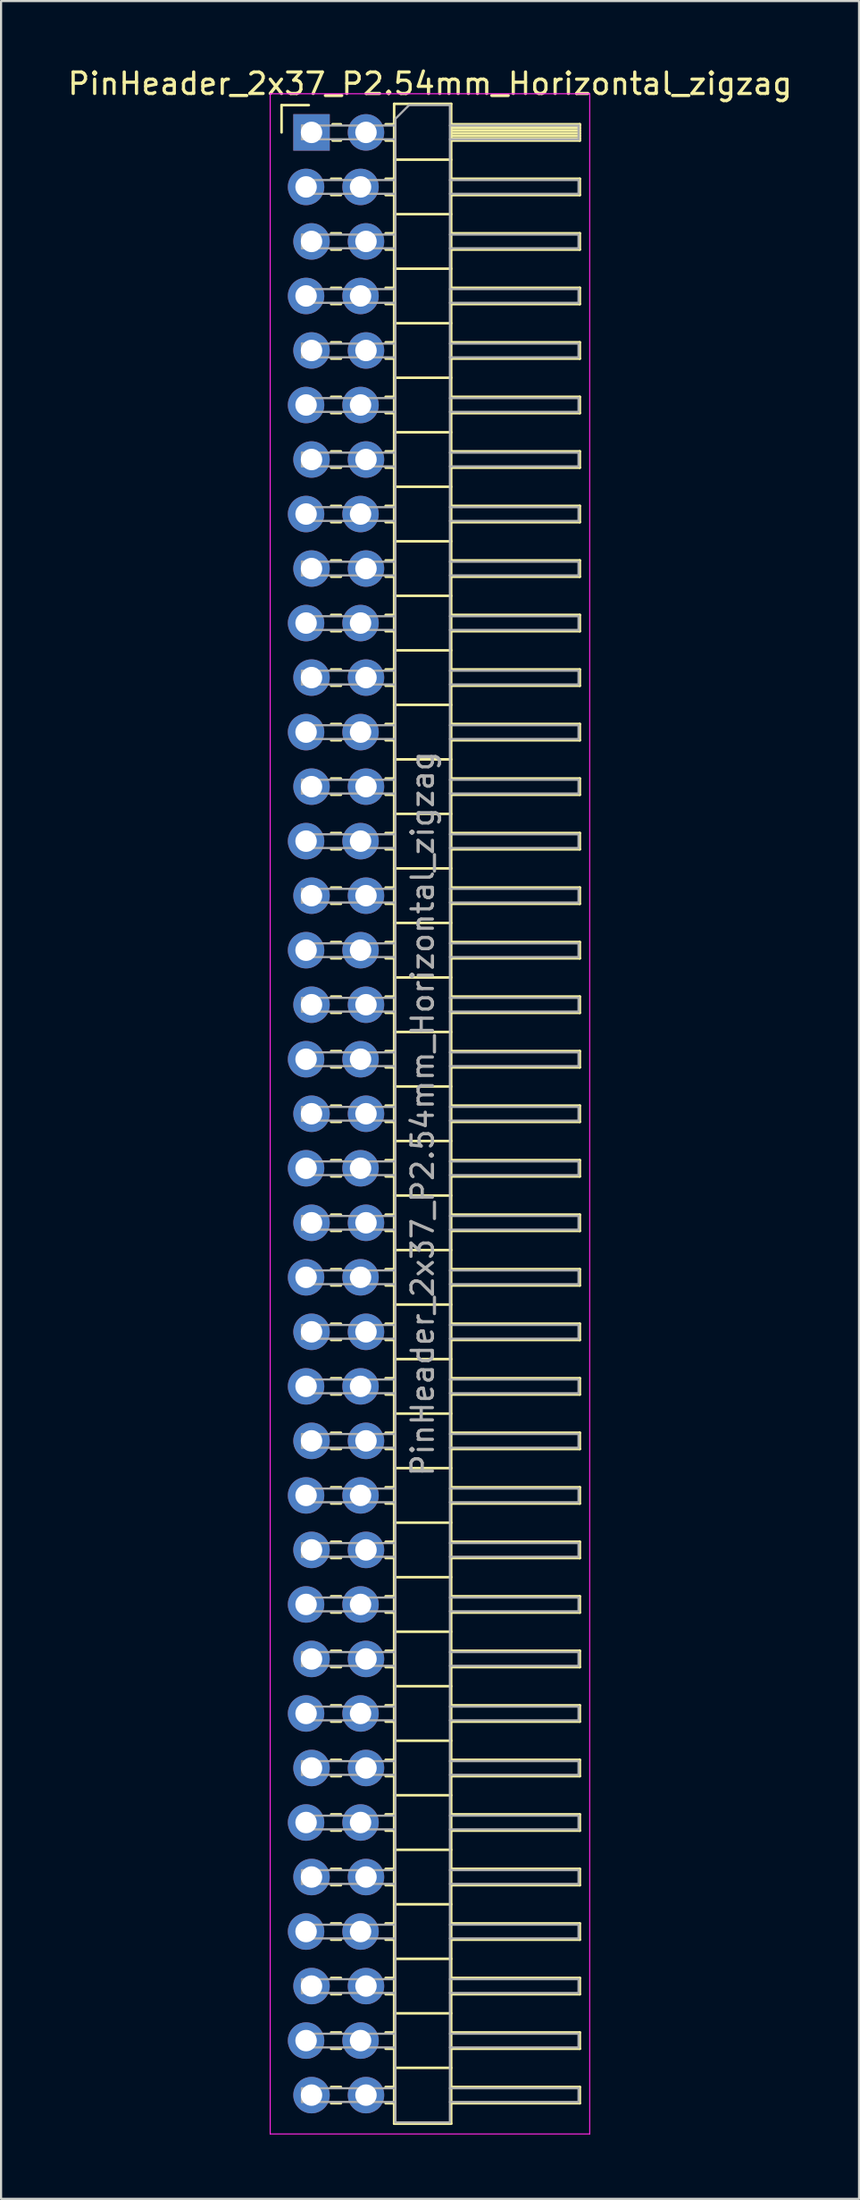
<source format=kicad_pcb>
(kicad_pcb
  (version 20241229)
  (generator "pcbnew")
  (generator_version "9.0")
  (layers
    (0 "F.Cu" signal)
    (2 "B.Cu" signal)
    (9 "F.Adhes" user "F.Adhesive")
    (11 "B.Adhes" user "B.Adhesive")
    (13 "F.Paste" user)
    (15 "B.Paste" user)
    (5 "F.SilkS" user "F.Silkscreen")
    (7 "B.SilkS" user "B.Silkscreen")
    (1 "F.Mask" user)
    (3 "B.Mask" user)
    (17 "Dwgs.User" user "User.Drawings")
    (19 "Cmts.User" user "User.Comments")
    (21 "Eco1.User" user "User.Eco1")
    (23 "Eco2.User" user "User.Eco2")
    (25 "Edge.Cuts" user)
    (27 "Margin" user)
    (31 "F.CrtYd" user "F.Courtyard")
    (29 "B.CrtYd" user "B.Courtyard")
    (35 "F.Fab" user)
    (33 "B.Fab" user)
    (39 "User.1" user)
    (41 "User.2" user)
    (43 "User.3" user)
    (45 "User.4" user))
  (footprint "PinHeader_2x37_P2.54mm_Horizontal_zigzag"
    (layer "F.Cu")
    (at 11.351 3.118)
    (property "Reference" "PinHeader_2x37_P2.54mm_Horizontal_zigzag" (at 5.655 -2.27 0) (layer "F.SilkS") (effects (font (size 1 1) (thickness 0.15))))
    (attr through_hole)
    (fp_line (start -1.27 -1.27) (end 0 -1.27) (stroke (width 0.12) (type solid)) (layer "F.SilkS"))
    (fp_line (start -1.27 0) (end -1.27 -1.27) (stroke (width 0.12) (type solid)) (layer "F.SilkS"))
    (fp_line (start 1.043 2.16) (end 1.497 2.16) (stroke (width 0.12) (type solid)) (layer "F.SilkS"))
    (fp_line (start 1.043 2.92) (end 1.497 2.92) (stroke (width 0.12) (type solid)) (layer "F.SilkS"))
    (fp_line (start 1.043 4.7) (end 1.497 4.7) (stroke (width 0.12) (type solid)) (layer "F.SilkS"))
    (fp_line (start 1.043 5.46) (end 1.497 5.46) (stroke (width 0.12) (type solid)) (layer "F.SilkS"))
    (fp_line (start 1.043 7.24) (end 1.497 7.24) (stroke (width 0.12) (type solid)) (layer "F.SilkS"))
    (fp_line (start 1.043 8) (end 1.497 8) (stroke (width 0.12) (type solid)) (layer "F.SilkS"))
    (fp_line (start 1.043 9.78) (end 1.497 9.78) (stroke (width 0.12) (type solid)) (layer "F.SilkS"))
    (fp_line (start 1.043 10.54) (end 1.497 10.54) (stroke (width 0.12) (type solid)) (layer "F.SilkS"))
    (fp_line (start 1.043 12.32) (end 1.497 12.32) (stroke (width 0.12) (type solid)) (layer "F.SilkS"))
    (fp_line (start 1.043 13.08) (end 1.497 13.08) (stroke (width 0.12) (type solid)) (layer "F.SilkS"))
    (fp_line (start 1.043 14.86) (end 1.497 14.86) (stroke (width 0.12) (type solid)) (layer "F.SilkS"))
    (fp_line (start 1.043 15.62) (end 1.497 15.62) (stroke (width 0.12) (type solid)) (layer "F.SilkS"))
    (fp_line (start 1.043 17.4) (end 1.497 17.4) (stroke (width 0.12) (type solid)) (layer "F.SilkS"))
    (fp_line (start 1.043 18.16) (end 1.497 18.16) (stroke (width 0.12) (type solid)) (layer "F.SilkS"))
    (fp_line (start 1.043 19.94) (end 1.497 19.94) (stroke (width 0.12) (type solid)) (layer "F.SilkS"))
    (fp_line (start 1.043 20.7) (end 1.497 20.7) (stroke (width 0.12) (type solid)) (layer "F.SilkS"))
    (fp_line (start 1.043 22.48) (end 1.497 22.48) (stroke (width 0.12) (type solid)) (layer "F.SilkS"))
    (fp_line (start 1.043 23.24) (end 1.497 23.24) (stroke (width 0.12) (type solid)) (layer "F.SilkS"))
    (fp_line (start 1.043 25.02) (end 1.497 25.02) (stroke (width 0.12) (type solid)) (layer "F.SilkS"))
    (fp_line (start 1.043 25.78) (end 1.497 25.78) (stroke (width 0.12) (type solid)) (layer "F.SilkS"))
    (fp_line (start 1.043 27.56) (end 1.497 27.56) (stroke (width 0.12) (type solid)) (layer "F.SilkS"))
    (fp_line (start 1.043 28.32) (end 1.497 28.32) (stroke (width 0.12) (type solid)) (layer "F.SilkS"))
    (fp_line (start 1.043 30.1) (end 1.497 30.1) (stroke (width 0.12) (type solid)) (layer "F.SilkS"))
    (fp_line (start 1.043 30.86) (end 1.497 30.86) (stroke (width 0.12) (type solid)) (layer "F.SilkS"))
    (fp_line (start 1.043 32.64) (end 1.497 32.64) (stroke (width 0.12) (type solid)) (layer "F.SilkS"))
    (fp_line (start 1.043 33.4) (end 1.497 33.4) (stroke (width 0.12) (type solid)) (layer "F.SilkS"))
    (fp_line (start 1.043 35.18) (end 1.497 35.18) (stroke (width 0.12) (type solid)) (layer "F.SilkS"))
    (fp_line (start 1.043 35.94) (end 1.497 35.94) (stroke (width 0.12) (type solid)) (layer "F.SilkS"))
    (fp_line (start 1.043 37.72) (end 1.497 37.72) (stroke (width 0.12) (type solid)) (layer "F.SilkS"))
    (fp_line (start 1.043 38.48) (end 1.497 38.48) (stroke (width 0.12) (type solid)) (layer "F.SilkS"))
    (fp_line (start 1.043 40.26) (end 1.497 40.26) (stroke (width 0.12) (type solid)) (layer "F.SilkS"))
    (fp_line (start 1.043 41.02) (end 1.497 41.02) (stroke (width 0.12) (type solid)) (layer "F.SilkS"))
    (fp_line (start 1.043 42.8) (end 1.497 42.8) (stroke (width 0.12) (type solid)) (layer "F.SilkS"))
    (fp_line (start 1.043 43.56) (end 1.497 43.56) (stroke (width 0.12) (type solid)) (layer "F.SilkS"))
    (fp_line (start 1.043 45.34) (end 1.497 45.34) (stroke (width 0.12) (type solid)) (layer "F.SilkS"))
    (fp_line (start 1.043 46.1) (end 1.497 46.1) (stroke (width 0.12) (type solid)) (layer "F.SilkS"))
    (fp_line (start 1.043 47.88) (end 1.497 47.88) (stroke (width 0.12) (type solid)) (layer "F.SilkS"))
    (fp_line (start 1.043 48.64) (end 1.497 48.64) (stroke (width 0.12) (type solid)) (layer "F.SilkS"))
    (fp_line (start 1.043 50.42) (end 1.497 50.42) (stroke (width 0.12) (type solid)) (layer "F.SilkS"))
    (fp_line (start 1.043 51.18) (end 1.497 51.18) (stroke (width 0.12) (type solid)) (layer "F.SilkS"))
    (fp_line (start 1.043 52.96) (end 1.497 52.96) (stroke (width 0.12) (type solid)) (layer "F.SilkS"))
    (fp_line (start 1.043 53.72) (end 1.497 53.72) (stroke (width 0.12) (type solid)) (layer "F.SilkS"))
    (fp_line (start 1.043 55.5) (end 1.497 55.5) (stroke (width 0.12) (type solid)) (layer "F.SilkS"))
    (fp_line (start 1.043 56.26) (end 1.497 56.26) (stroke (width 0.12) (type solid)) (layer "F.SilkS"))
    (fp_line (start 1.043 58.04) (end 1.497 58.04) (stroke (width 0.12) (type solid)) (layer "F.SilkS"))
    (fp_line (start 1.043 58.8) (end 1.497 58.8) (stroke (width 0.12) (type solid)) (layer "F.SilkS"))
    (fp_line (start 1.043 60.58) (end 1.497 60.58) (stroke (width 0.12) (type solid)) (layer "F.SilkS"))
    (fp_line (start 1.043 61.34) (end 1.497 61.34) (stroke (width 0.12) (type solid)) (layer "F.SilkS"))
    (fp_line (start 1.043 63.12) (end 1.497 63.12) (stroke (width 0.12) (type solid)) (layer "F.SilkS"))
    (fp_line (start 1.043 63.88) (end 1.497 63.88) (stroke (width 0.12) (type solid)) (layer "F.SilkS"))
    (fp_line (start 1.043 65.66) (end 1.497 65.66) (stroke (width 0.12) (type solid)) (layer "F.SilkS"))
    (fp_line (start 1.043 66.42) (end 1.497 66.42) (stroke (width 0.12) (type solid)) (layer "F.SilkS"))
    (fp_line (start 1.043 68.2) (end 1.497 68.2) (stroke (width 0.12) (type solid)) (layer "F.SilkS"))
    (fp_line (start 1.043 68.96) (end 1.497 68.96) (stroke (width 0.12) (type solid)) (layer "F.SilkS"))
    (fp_line (start 1.043 70.74) (end 1.497 70.74) (stroke (width 0.12) (type solid)) (layer "F.SilkS"))
    (fp_line (start 1.043 71.5) (end 1.497 71.5) (stroke (width 0.12) (type solid)) (layer "F.SilkS"))
    (fp_line (start 1.043 73.28) (end 1.497 73.28) (stroke (width 0.12) (type solid)) (layer "F.SilkS"))
    (fp_line (start 1.043 74.04) (end 1.497 74.04) (stroke (width 0.12) (type solid)) (layer "F.SilkS"))
    (fp_line (start 1.043 75.82) (end 1.497 75.82) (stroke (width 0.12) (type solid)) (layer "F.SilkS"))
    (fp_line (start 1.043 76.58) (end 1.497 76.58) (stroke (width 0.12) (type solid)) (layer "F.SilkS"))
    (fp_line (start 1.043 78.36) (end 1.497 78.36) (stroke (width 0.12) (type solid)) (layer "F.SilkS"))
    (fp_line (start 1.043 79.12) (end 1.497 79.12) (stroke (width 0.12) (type solid)) (layer "F.SilkS"))
    (fp_line (start 1.043 80.9) (end 1.497 80.9) (stroke (width 0.12) (type solid)) (layer "F.SilkS"))
    (fp_line (start 1.043 81.66) (end 1.497 81.66) (stroke (width 0.12) (type solid)) (layer "F.SilkS"))
    (fp_line (start 1.043 83.44) (end 1.497 83.44) (stroke (width 0.12) (type solid)) (layer "F.SilkS"))
    (fp_line (start 1.043 84.2) (end 1.497 84.2) (stroke (width 0.12) (type solid)) (layer "F.SilkS"))
    (fp_line (start 1.043 85.98) (end 1.497 85.98) (stroke (width 0.12) (type solid)) (layer "F.SilkS"))
    (fp_line (start 1.043 86.74) (end 1.497 86.74) (stroke (width 0.12) (type solid)) (layer "F.SilkS"))
    (fp_line (start 1.043 88.52) (end 1.497 88.52) (stroke (width 0.12) (type solid)) (layer "F.SilkS"))
    (fp_line (start 1.043 89.28) (end 1.497 89.28) (stroke (width 0.12) (type solid)) (layer "F.SilkS"))
    (fp_line (start 1.043 91.06) (end 1.497 91.06) (stroke (width 0.12) (type solid)) (layer "F.SilkS"))
    (fp_line (start 1.043 91.82) (end 1.497 91.82) (stroke (width 0.12) (type solid)) (layer "F.SilkS"))
    (fp_line (start 1.11 -0.38) (end 1.497 -0.38) (stroke (width 0.12) (type solid)) (layer "F.SilkS"))
    (fp_line (start 1.11 0.38) (end 1.497 0.38) (stroke (width 0.12) (type solid)) (layer "F.SilkS"))
    (fp_line (start 3.583 -0.38) (end 3.98 -0.38) (stroke (width 0.12) (type solid)) (layer "F.SilkS"))
    (fp_line (start 3.583 0.38) (end 3.98 0.38) (stroke (width 0.12) (type solid)) (layer "F.SilkS"))
    (fp_line (start 3.583 2.16) (end 3.98 2.16) (stroke (width 0.12) (type solid)) (layer "F.SilkS"))
    (fp_line (start 3.583 2.92) (end 3.98 2.92) (stroke (width 0.12) (type solid)) (layer "F.SilkS"))
    (fp_line (start 3.583 4.7) (end 3.98 4.7) (stroke (width 0.12) (type solid)) (layer "F.SilkS"))
    (fp_line (start 3.583 5.46) (end 3.98 5.46) (stroke (width 0.12) (type solid)) (layer "F.SilkS"))
    (fp_line (start 3.583 7.24) (end 3.98 7.24) (stroke (width 0.12) (type solid)) (layer "F.SilkS"))
    (fp_line (start 3.583 8) (end 3.98 8) (stroke (width 0.12) (type solid)) (layer "F.SilkS"))
    (fp_line (start 3.583 9.78) (end 3.98 9.78) (stroke (width 0.12) (type solid)) (layer "F.SilkS"))
    (fp_line (start 3.583 10.54) (end 3.98 10.54) (stroke (width 0.12) (type solid)) (layer "F.SilkS"))
    (fp_line (start 3.583 12.32) (end 3.98 12.32) (stroke (width 0.12) (type solid)) (layer "F.SilkS"))
    (fp_line (start 3.583 13.08) (end 3.98 13.08) (stroke (width 0.12) (type solid)) (layer "F.SilkS"))
    (fp_line (start 3.583 14.86) (end 3.98 14.86) (stroke (width 0.12) (type solid)) (layer "F.SilkS"))
    (fp_line (start 3.583 15.62) (end 3.98 15.62) (stroke (width 0.12) (type solid)) (layer "F.SilkS"))
    (fp_line (start 3.583 17.4) (end 3.98 17.4) (stroke (width 0.12) (type solid)) (layer "F.SilkS"))
    (fp_line (start 3.583 18.16) (end 3.98 18.16) (stroke (width 0.12) (type solid)) (layer "F.SilkS"))
    (fp_line (start 3.583 19.94) (end 3.98 19.94) (stroke (width 0.12) (type solid)) (layer "F.SilkS"))
    (fp_line (start 3.583 20.7) (end 3.98 20.7) (stroke (width 0.12) (type solid)) (layer "F.SilkS"))
    (fp_line (start 3.583 22.48) (end 3.98 22.48) (stroke (width 0.12) (type solid)) (layer "F.SilkS"))
    (fp_line (start 3.583 23.24) (end 3.98 23.24) (stroke (width 0.12) (type solid)) (layer "F.SilkS"))
    (fp_line (start 3.583 25.02) (end 3.98 25.02) (stroke (width 0.12) (type solid)) (layer "F.SilkS"))
    (fp_line (start 3.583 25.78) (end 3.98 25.78) (stroke (width 0.12) (type solid)) (layer "F.SilkS"))
    (fp_line (start 3.583 27.56) (end 3.98 27.56) (stroke (width 0.12) (type solid)) (layer "F.SilkS"))
    (fp_line (start 3.583 28.32) (end 3.98 28.32) (stroke (width 0.12) (type solid)) (layer "F.SilkS"))
    (fp_line (start 3.583 30.1) (end 3.98 30.1) (stroke (width 0.12) (type solid)) (layer "F.SilkS"))
    (fp_line (start 3.583 30.86) (end 3.98 30.86) (stroke (width 0.12) (type solid)) (layer "F.SilkS"))
    (fp_line (start 3.583 32.64) (end 3.98 32.64) (stroke (width 0.12) (type solid)) (layer "F.SilkS"))
    (fp_line (start 3.583 33.4) (end 3.98 33.4) (stroke (width 0.12) (type solid)) (layer "F.SilkS"))
    (fp_line (start 3.583 35.18) (end 3.98 35.18) (stroke (width 0.12) (type solid)) (layer "F.SilkS"))
    (fp_line (start 3.583 35.94) (end 3.98 35.94) (stroke (width 0.12) (type solid)) (layer "F.SilkS"))
    (fp_line (start 3.583 37.72) (end 3.98 37.72) (stroke (width 0.12) (type solid)) (layer "F.SilkS"))
    (fp_line (start 3.583 38.48) (end 3.98 38.48) (stroke (width 0.12) (type solid)) (layer "F.SilkS"))
    (fp_line (start 3.583 40.26) (end 3.98 40.26) (stroke (width 0.12) (type solid)) (layer "F.SilkS"))
    (fp_line (start 3.583 41.02) (end 3.98 41.02) (stroke (width 0.12) (type solid)) (layer "F.SilkS"))
    (fp_line (start 3.583 42.8) (end 3.98 42.8) (stroke (width 0.12) (type solid)) (layer "F.SilkS"))
    (fp_line (start 3.583 43.56) (end 3.98 43.56) (stroke (width 0.12) (type solid)) (layer "F.SilkS"))
    (fp_line (start 3.583 45.34) (end 3.98 45.34) (stroke (width 0.12) (type solid)) (layer "F.SilkS"))
    (fp_line (start 3.583 46.1) (end 3.98 46.1) (stroke (width 0.12) (type solid)) (layer "F.SilkS"))
    (fp_line (start 3.583 47.88) (end 3.98 47.88) (stroke (width 0.12) (type solid)) (layer "F.SilkS"))
    (fp_line (start 3.583 48.64) (end 3.98 48.64) (stroke (width 0.12) (type solid)) (layer "F.SilkS"))
    (fp_line (start 3.583 50.42) (end 3.98 50.42) (stroke (width 0.12) (type solid)) (layer "F.SilkS"))
    (fp_line (start 3.583 51.18) (end 3.98 51.18) (stroke (width 0.12) (type solid)) (layer "F.SilkS"))
    (fp_line (start 3.583 52.96) (end 3.98 52.96) (stroke (width 0.12) (type solid)) (layer "F.SilkS"))
    (fp_line (start 3.583 53.72) (end 3.98 53.72) (stroke (width 0.12) (type solid)) (layer "F.SilkS"))
    (fp_line (start 3.583 55.5) (end 3.98 55.5) (stroke (width 0.12) (type solid)) (layer "F.SilkS"))
    (fp_line (start 3.583 56.26) (end 3.98 56.26) (stroke (width 0.12) (type solid)) (layer "F.SilkS"))
    (fp_line (start 3.583 58.04) (end 3.98 58.04) (stroke (width 0.12) (type solid)) (layer "F.SilkS"))
    (fp_line (start 3.583 58.8) (end 3.98 58.8) (stroke (width 0.12) (type solid)) (layer "F.SilkS"))
    (fp_line (start 3.583 60.58) (end 3.98 60.58) (stroke (width 0.12) (type solid)) (layer "F.SilkS"))
    (fp_line (start 3.583 61.34) (end 3.98 61.34) (stroke (width 0.12) (type solid)) (layer "F.SilkS"))
    (fp_line (start 3.583 63.12) (end 3.98 63.12) (stroke (width 0.12) (type solid)) (layer "F.SilkS"))
    (fp_line (start 3.583 63.88) (end 3.98 63.88) (stroke (width 0.12) (type solid)) (layer "F.SilkS"))
    (fp_line (start 3.583 65.66) (end 3.98 65.66) (stroke (width 0.12) (type solid)) (layer "F.SilkS"))
    (fp_line (start 3.583 66.42) (end 3.98 66.42) (stroke (width 0.12) (type solid)) (layer "F.SilkS"))
    (fp_line (start 3.583 68.2) (end 3.98 68.2) (stroke (width 0.12) (type solid)) (layer "F.SilkS"))
    (fp_line (start 3.583 68.96) (end 3.98 68.96) (stroke (width 0.12) (type solid)) (layer "F.SilkS"))
    (fp_line (start 3.583 70.74) (end 3.98 70.74) (stroke (width 0.12) (type solid)) (layer "F.SilkS"))
    (fp_line (start 3.583 71.5) (end 3.98 71.5) (stroke (width 0.12) (type solid)) (layer "F.SilkS"))
    (fp_line (start 3.583 73.28) (end 3.98 73.28) (stroke (width 0.12) (type solid)) (layer "F.SilkS"))
    (fp_line (start 3.583 74.04) (end 3.98 74.04) (stroke (width 0.12) (type solid)) (layer "F.SilkS"))
    (fp_line (start 3.583 75.82) (end 3.98 75.82) (stroke (width 0.12) (type solid)) (layer "F.SilkS"))
    (fp_line (start 3.583 76.58) (end 3.98 76.58) (stroke (width 0.12) (type solid)) (layer "F.SilkS"))
    (fp_line (start 3.583 78.36) (end 3.98 78.36) (stroke (width 0.12) (type solid)) (layer "F.SilkS"))
    (fp_line (start 3.583 79.12) (end 3.98 79.12) (stroke (width 0.12) (type solid)) (layer "F.SilkS"))
    (fp_line (start 3.583 80.9) (end 3.98 80.9) (stroke (width 0.12) (type solid)) (layer "F.SilkS"))
    (fp_line (start 3.583 81.66) (end 3.98 81.66) (stroke (width 0.12) (type solid)) (layer "F.SilkS"))
    (fp_line (start 3.583 83.44) (end 3.98 83.44) (stroke (width 0.12) (type solid)) (layer "F.SilkS"))
    (fp_line (start 3.583 84.2) (end 3.98 84.2) (stroke (width 0.12) (type solid)) (layer "F.SilkS"))
    (fp_line (start 3.583 85.98) (end 3.98 85.98) (stroke (width 0.12) (type solid)) (layer "F.SilkS"))
    (fp_line (start 3.583 86.74) (end 3.98 86.74) (stroke (width 0.12) (type solid)) (layer "F.SilkS"))
    (fp_line (start 3.583 88.52) (end 3.98 88.52) (stroke (width 0.12) (type solid)) (layer "F.SilkS"))
    (fp_line (start 3.583 89.28) (end 3.98 89.28) (stroke (width 0.12) (type solid)) (layer "F.SilkS"))
    (fp_line (start 3.583 91.06) (end 3.98 91.06) (stroke (width 0.12) (type solid)) (layer "F.SilkS"))
    (fp_line (start 3.583 91.82) (end 3.98 91.82) (stroke (width 0.12) (type solid)) (layer "F.SilkS"))
    (fp_line (start 3.98 -1.33) (end 3.98 92.77) (stroke (width 0.12) (type solid)) (layer "F.SilkS"))
    (fp_line (start 3.98 1.27) (end 6.64 1.27) (stroke (width 0.12) (type solid)) (layer "F.SilkS"))
    (fp_line (start 3.98 3.81) (end 6.64 3.81) (stroke (width 0.12) (type solid)) (layer "F.SilkS"))
    (fp_line (start 3.98 6.35) (end 6.64 6.35) (stroke (width 0.12) (type solid)) (layer "F.SilkS"))
    (fp_line (start 3.98 8.89) (end 6.64 8.89) (stroke (width 0.12) (type solid)) (layer "F.SilkS"))
    (fp_line (start 3.98 11.43) (end 6.64 11.43) (stroke (width 0.12) (type solid)) (layer "F.SilkS"))
    (fp_line (start 3.98 13.97) (end 6.64 13.97) (stroke (width 0.12) (type solid)) (layer "F.SilkS"))
    (fp_line (start 3.98 16.51) (end 6.64 16.51) (stroke (width 0.12) (type solid)) (layer "F.SilkS"))
    (fp_line (start 3.98 19.05) (end 6.64 19.05) (stroke (width 0.12) (type solid)) (layer "F.SilkS"))
    (fp_line (start 3.98 21.59) (end 6.64 21.59) (stroke (width 0.12) (type solid)) (layer "F.SilkS"))
    (fp_line (start 3.98 24.13) (end 6.64 24.13) (stroke (width 0.12) (type solid)) (layer "F.SilkS"))
    (fp_line (start 3.98 26.67) (end 6.64 26.67) (stroke (width 0.12) (type solid)) (layer "F.SilkS"))
    (fp_line (start 3.98 29.21) (end 6.64 29.21) (stroke (width 0.12) (type solid)) (layer "F.SilkS"))
    (fp_line (start 3.98 31.75) (end 6.64 31.75) (stroke (width 0.12) (type solid)) (layer "F.SilkS"))
    (fp_line (start 3.98 34.29) (end 6.64 34.29) (stroke (width 0.12) (type solid)) (layer "F.SilkS"))
    (fp_line (start 3.98 36.83) (end 6.64 36.83) (stroke (width 0.12) (type solid)) (layer "F.SilkS"))
    (fp_line (start 3.98 39.37) (end 6.64 39.37) (stroke (width 0.12) (type solid)) (layer "F.SilkS"))
    (fp_line (start 3.98 41.91) (end 6.64 41.91) (stroke (width 0.12) (type solid)) (layer "F.SilkS"))
    (fp_line (start 3.98 44.45) (end 6.64 44.45) (stroke (width 0.12) (type solid)) (layer "F.SilkS"))
    (fp_line (start 3.98 46.99) (end 6.64 46.99) (stroke (width 0.12) (type solid)) (layer "F.SilkS"))
    (fp_line (start 3.98 49.53) (end 6.64 49.53) (stroke (width 0.12) (type solid)) (layer "F.SilkS"))
    (fp_line (start 3.98 52.07) (end 6.64 52.07) (stroke (width 0.12) (type solid)) (layer "F.SilkS"))
    (fp_line (start 3.98 54.61) (end 6.64 54.61) (stroke (width 0.12) (type solid)) (layer "F.SilkS"))
    (fp_line (start 3.98 57.15) (end 6.64 57.15) (stroke (width 0.12) (type solid)) (layer "F.SilkS"))
    (fp_line (start 3.98 59.69) (end 6.64 59.69) (stroke (width 0.12) (type solid)) (layer "F.SilkS"))
    (fp_line (start 3.98 62.23) (end 6.64 62.23) (stroke (width 0.12) (type solid)) (layer "F.SilkS"))
    (fp_line (start 3.98 64.77) (end 6.64 64.77) (stroke (width 0.12) (type solid)) (layer "F.SilkS"))
    (fp_line (start 3.98 67.31) (end 6.64 67.31) (stroke (width 0.12) (type solid)) (layer "F.SilkS"))
    (fp_line (start 3.98 69.85) (end 6.64 69.85) (stroke (width 0.12) (type solid)) (layer "F.SilkS"))
    (fp_line (start 3.98 72.39) (end 6.64 72.39) (stroke (width 0.12) (type solid)) (layer "F.SilkS"))
    (fp_line (start 3.98 74.93) (end 6.64 74.93) (stroke (width 0.12) (type solid)) (layer "F.SilkS"))
    (fp_line (start 3.98 77.47) (end 6.64 77.47) (stroke (width 0.12) (type solid)) (layer "F.SilkS"))
    (fp_line (start 3.98 80.01) (end 6.64 80.01) (stroke (width 0.12) (type solid)) (layer "F.SilkS"))
    (fp_line (start 3.98 82.55) (end 6.64 82.55) (stroke (width 0.12) (type solid)) (layer "F.SilkS"))
    (fp_line (start 3.98 85.09) (end 6.64 85.09) (stroke (width 0.12) (type solid)) (layer "F.SilkS"))
    (fp_line (start 3.98 87.63) (end 6.64 87.63) (stroke (width 0.12) (type solid)) (layer "F.SilkS"))
    (fp_line (start 3.98 90.17) (end 6.64 90.17) (stroke (width 0.12) (type solid)) (layer "F.SilkS"))
    (fp_line (start 3.98 92.77) (end 6.64 92.77) (stroke (width 0.12) (type solid)) (layer "F.SilkS"))
    (fp_line (start 6.64 -1.33) (end 3.98 -1.33) (stroke (width 0.12) (type solid)) (layer "F.SilkS"))
    (fp_line (start 6.64 -0.38) (end 12.64 -0.38) (stroke (width 0.12) (type solid)) (layer "F.SilkS"))
    (fp_line (start 6.64 -0.32) (end 12.64 -0.32) (stroke (width 0.12) (type solid)) (layer "F.SilkS"))
    (fp_line (start 6.64 -0.2) (end 12.64 -0.2) (stroke (width 0.12) (type solid)) (layer "F.SilkS"))
    (fp_line (start 6.64 -0.08) (end 12.64 -0.08) (stroke (width 0.12) (type solid)) (layer "F.SilkS"))
    (fp_line (start 6.64 0.04) (end 12.64 0.04) (stroke (width 0.12) (type solid)) (layer "F.SilkS"))
    (fp_line (start 6.64 0.16) (end 12.64 0.16) (stroke (width 0.12) (type solid)) (layer "F.SilkS"))
    (fp_line (start 6.64 0.28) (end 12.64 0.28) (stroke (width 0.12) (type solid)) (layer "F.SilkS"))
    (fp_line (start 6.64 2.16) (end 12.64 2.16) (stroke (width 0.12) (type solid)) (layer "F.SilkS"))
    (fp_line (start 6.64 4.7) (end 12.64 4.7) (stroke (width 0.12) (type solid)) (layer "F.SilkS"))
    (fp_line (start 6.64 7.24) (end 12.64 7.24) (stroke (width 0.12) (type solid)) (layer "F.SilkS"))
    (fp_line (start 6.64 9.78) (end 12.64 9.78) (stroke (width 0.12) (type solid)) (layer "F.SilkS"))
    (fp_line (start 6.64 12.32) (end 12.64 12.32) (stroke (width 0.12) (type solid)) (layer "F.SilkS"))
    (fp_line (start 6.64 14.86) (end 12.64 14.86) (stroke (width 0.12) (type solid)) (layer "F.SilkS"))
    (fp_line (start 6.64 17.4) (end 12.64 17.4) (stroke (width 0.12) (type solid)) (layer "F.SilkS"))
    (fp_line (start 6.64 19.94) (end 12.64 19.94) (stroke (width 0.12) (type solid)) (layer "F.SilkS"))
    (fp_line (start 6.64 22.48) (end 12.64 22.48) (stroke (width 0.12) (type solid)) (layer "F.SilkS"))
    (fp_line (start 6.64 25.02) (end 12.64 25.02) (stroke (width 0.12) (type solid)) (layer "F.SilkS"))
    (fp_line (start 6.64 27.56) (end 12.64 27.56) (stroke (width 0.12) (type solid)) (layer "F.SilkS"))
    (fp_line (start 6.64 30.1) (end 12.64 30.1) (stroke (width 0.12) (type solid)) (layer "F.SilkS"))
    (fp_line (start 6.64 32.64) (end 12.64 32.64) (stroke (width 0.12) (type solid)) (layer "F.SilkS"))
    (fp_line (start 6.64 35.18) (end 12.64 35.18) (stroke (width 0.12) (type solid)) (layer "F.SilkS"))
    (fp_line (start 6.64 37.72) (end 12.64 37.72) (stroke (width 0.12) (type solid)) (layer "F.SilkS"))
    (fp_line (start 6.64 40.26) (end 12.64 40.26) (stroke (width 0.12) (type solid)) (layer "F.SilkS"))
    (fp_line (start 6.64 42.8) (end 12.64 42.8) (stroke (width 0.12) (type solid)) (layer "F.SilkS"))
    (fp_line (start 6.64 45.34) (end 12.64 45.34) (stroke (width 0.12) (type solid)) (layer "F.SilkS"))
    (fp_line (start 6.64 47.88) (end 12.64 47.88) (stroke (width 0.12) (type solid)) (layer "F.SilkS"))
    (fp_line (start 6.64 50.42) (end 12.64 50.42) (stroke (width 0.12) (type solid)) (layer "F.SilkS"))
    (fp_line (start 6.64 52.96) (end 12.64 52.96) (stroke (width 0.12) (type solid)) (layer "F.SilkS"))
    (fp_line (start 6.64 55.5) (end 12.64 55.5) (stroke (width 0.12) (type solid)) (layer "F.SilkS"))
    (fp_line (start 6.64 58.04) (end 12.64 58.04) (stroke (width 0.12) (type solid)) (layer "F.SilkS"))
    (fp_line (start 6.64 60.58) (end 12.64 60.58) (stroke (width 0.12) (type solid)) (layer "F.SilkS"))
    (fp_line (start 6.64 63.12) (end 12.64 63.12) (stroke (width 0.12) (type solid)) (layer "F.SilkS"))
    (fp_line (start 6.64 65.66) (end 12.64 65.66) (stroke (width 0.12) (type solid)) (layer "F.SilkS"))
    (fp_line (start 6.64 68.2) (end 12.64 68.2) (stroke (width 0.12) (type solid)) (layer "F.SilkS"))
    (fp_line (start 6.64 70.74) (end 12.64 70.74) (stroke (width 0.12) (type solid)) (layer "F.SilkS"))
    (fp_line (start 6.64 73.28) (end 12.64 73.28) (stroke (width 0.12) (type solid)) (layer "F.SilkS"))
    (fp_line (start 6.64 75.82) (end 12.64 75.82) (stroke (width 0.12) (type solid)) (layer "F.SilkS"))
    (fp_line (start 6.64 78.36) (end 12.64 78.36) (stroke (width 0.12) (type solid)) (layer "F.SilkS"))
    (fp_line (start 6.64 80.9) (end 12.64 80.9) (stroke (width 0.12) (type solid)) (layer "F.SilkS"))
    (fp_line (start 6.64 83.44) (end 12.64 83.44) (stroke (width 0.12) (type solid)) (layer "F.SilkS"))
    (fp_line (start 6.64 85.98) (end 12.64 85.98) (stroke (width 0.12) (type solid)) (layer "F.SilkS"))
    (fp_line (start 6.64 88.52) (end 12.64 88.52) (stroke (width 0.12) (type solid)) (layer "F.SilkS"))
    (fp_line (start 6.64 91.06) (end 12.64 91.06) (stroke (width 0.12) (type solid)) (layer "F.SilkS"))
    (fp_line (start 6.64 92.77) (end 6.64 -1.33) (stroke (width 0.12) (type solid)) (layer "F.SilkS"))
    (fp_line (start 12.64 -0.38) (end 12.64 0.38) (stroke (width 0.12) (type solid)) (layer "F.SilkS"))
    (fp_line (start 12.64 0.38) (end 6.64 0.38) (stroke (width 0.12) (type solid)) (layer "F.SilkS"))
    (fp_line (start 12.64 2.16) (end 12.64 2.92) (stroke (width 0.12) (type solid)) (layer "F.SilkS"))
    (fp_line (start 12.64 2.92) (end 6.64 2.92) (stroke (width 0.12) (type solid)) (layer "F.SilkS"))
    (fp_line (start 12.64 4.7) (end 12.64 5.46) (stroke (width 0.12) (type solid)) (layer "F.SilkS"))
    (fp_line (start 12.64 5.46) (end 6.64 5.46) (stroke (width 0.12) (type solid)) (layer "F.SilkS"))
    (fp_line (start 12.64 7.24) (end 12.64 8) (stroke (width 0.12) (type solid)) (layer "F.SilkS"))
    (fp_line (start 12.64 8) (end 6.64 8) (stroke (width 0.12) (type solid)) (layer "F.SilkS"))
    (fp_line (start 12.64 9.78) (end 12.64 10.54) (stroke (width 0.12) (type solid)) (layer "F.SilkS"))
    (fp_line (start 12.64 10.54) (end 6.64 10.54) (stroke (width 0.12) (type solid)) (layer "F.SilkS"))
    (fp_line (start 12.64 12.32) (end 12.64 13.08) (stroke (width 0.12) (type solid)) (layer "F.SilkS"))
    (fp_line (start 12.64 13.08) (end 6.64 13.08) (stroke (width 0.12) (type solid)) (layer "F.SilkS"))
    (fp_line (start 12.64 14.86) (end 12.64 15.62) (stroke (width 0.12) (type solid)) (layer "F.SilkS"))
    (fp_line (start 12.64 15.62) (end 6.64 15.62) (stroke (width 0.12) (type solid)) (layer "F.SilkS"))
    (fp_line (start 12.64 17.4) (end 12.64 18.16) (stroke (width 0.12) (type solid)) (layer "F.SilkS"))
    (fp_line (start 12.64 18.16) (end 6.64 18.16) (stroke (width 0.12) (type solid)) (layer "F.SilkS"))
    (fp_line (start 12.64 19.94) (end 12.64 20.7) (stroke (width 0.12) (type solid)) (layer "F.SilkS"))
    (fp_line (start 12.64 20.7) (end 6.64 20.7) (stroke (width 0.12) (type solid)) (layer "F.SilkS"))
    (fp_line (start 12.64 22.48) (end 12.64 23.24) (stroke (width 0.12) (type solid)) (layer "F.SilkS"))
    (fp_line (start 12.64 23.24) (end 6.64 23.24) (stroke (width 0.12) (type solid)) (layer "F.SilkS"))
    (fp_line (start 12.64 25.02) (end 12.64 25.78) (stroke (width 0.12) (type solid)) (layer "F.SilkS"))
    (fp_line (start 12.64 25.78) (end 6.64 25.78) (stroke (width 0.12) (type solid)) (layer "F.SilkS"))
    (fp_line (start 12.64 27.56) (end 12.64 28.32) (stroke (width 0.12) (type solid)) (layer "F.SilkS"))
    (fp_line (start 12.64 28.32) (end 6.64 28.32) (stroke (width 0.12) (type solid)) (layer "F.SilkS"))
    (fp_line (start 12.64 30.1) (end 12.64 30.86) (stroke (width 0.12) (type solid)) (layer "F.SilkS"))
    (fp_line (start 12.64 30.86) (end 6.64 30.86) (stroke (width 0.12) (type solid)) (layer "F.SilkS"))
    (fp_line (start 12.64 32.64) (end 12.64 33.4) (stroke (width 0.12) (type solid)) (layer "F.SilkS"))
    (fp_line (start 12.64 33.4) (end 6.64 33.4) (stroke (width 0.12) (type solid)) (layer "F.SilkS"))
    (fp_line (start 12.64 35.18) (end 12.64 35.94) (stroke (width 0.12) (type solid)) (layer "F.SilkS"))
    (fp_line (start 12.64 35.94) (end 6.64 35.94) (stroke (width 0.12) (type solid)) (layer "F.SilkS"))
    (fp_line (start 12.64 37.72) (end 12.64 38.48) (stroke (width 0.12) (type solid)) (layer "F.SilkS"))
    (fp_line (start 12.64 38.48) (end 6.64 38.48) (stroke (width 0.12) (type solid)) (layer "F.SilkS"))
    (fp_line (start 12.64 40.26) (end 12.64 41.02) (stroke (width 0.12) (type solid)) (layer "F.SilkS"))
    (fp_line (start 12.64 41.02) (end 6.64 41.02) (stroke (width 0.12) (type solid)) (layer "F.SilkS"))
    (fp_line (start 12.64 42.8) (end 12.64 43.56) (stroke (width 0.12) (type solid)) (layer "F.SilkS"))
    (fp_line (start 12.64 43.56) (end 6.64 43.56) (stroke (width 0.12) (type solid)) (layer "F.SilkS"))
    (fp_line (start 12.64 45.34) (end 12.64 46.1) (stroke (width 0.12) (type solid)) (layer "F.SilkS"))
    (fp_line (start 12.64 46.1) (end 6.64 46.1) (stroke (width 0.12) (type solid)) (layer "F.SilkS"))
    (fp_line (start 12.64 47.88) (end 12.64 48.64) (stroke (width 0.12) (type solid)) (layer "F.SilkS"))
    (fp_line (start 12.64 48.64) (end 6.64 48.64) (stroke (width 0.12) (type solid)) (layer "F.SilkS"))
    (fp_line (start 12.64 50.42) (end 12.64 51.18) (stroke (width 0.12) (type solid)) (layer "F.SilkS"))
    (fp_line (start 12.64 51.18) (end 6.64 51.18) (stroke (width 0.12) (type solid)) (layer "F.SilkS"))
    (fp_line (start 12.64 52.96) (end 12.64 53.72) (stroke (width 0.12) (type solid)) (layer "F.SilkS"))
    (fp_line (start 12.64 53.72) (end 6.64 53.72) (stroke (width 0.12) (type solid)) (layer "F.SilkS"))
    (fp_line (start 12.64 55.5) (end 12.64 56.26) (stroke (width 0.12) (type solid)) (layer "F.SilkS"))
    (fp_line (start 12.64 56.26) (end 6.64 56.26) (stroke (width 0.12) (type solid)) (layer "F.SilkS"))
    (fp_line (start 12.64 58.04) (end 12.64 58.8) (stroke (width 0.12) (type solid)) (layer "F.SilkS"))
    (fp_line (start 12.64 58.8) (end 6.64 58.8) (stroke (width 0.12) (type solid)) (layer "F.SilkS"))
    (fp_line (start 12.64 60.58) (end 12.64 61.34) (stroke (width 0.12) (type solid)) (layer "F.SilkS"))
    (fp_line (start 12.64 61.34) (end 6.64 61.34) (stroke (width 0.12) (type solid)) (layer "F.SilkS"))
    (fp_line (start 12.64 63.12) (end 12.64 63.88) (stroke (width 0.12) (type solid)) (layer "F.SilkS"))
    (fp_line (start 12.64 63.88) (end 6.64 63.88) (stroke (width 0.12) (type solid)) (layer "F.SilkS"))
    (fp_line (start 12.64 65.66) (end 12.64 66.42) (stroke (width 0.12) (type solid)) (layer "F.SilkS"))
    (fp_line (start 12.64 66.42) (end 6.64 66.42) (stroke (width 0.12) (type solid)) (layer "F.SilkS"))
    (fp_line (start 12.64 68.2) (end 12.64 68.96) (stroke (width 0.12) (type solid)) (layer "F.SilkS"))
    (fp_line (start 12.64 68.96) (end 6.64 68.96) (stroke (width 0.12) (type solid)) (layer "F.SilkS"))
    (fp_line (start 12.64 70.74) (end 12.64 71.5) (stroke (width 0.12) (type solid)) (layer "F.SilkS"))
    (fp_line (start 12.64 71.5) (end 6.64 71.5) (stroke (width 0.12) (type solid)) (layer "F.SilkS"))
    (fp_line (start 12.64 73.28) (end 12.64 74.04) (stroke (width 0.12) (type solid)) (layer "F.SilkS"))
    (fp_line (start 12.64 74.04) (end 6.64 74.04) (stroke (width 0.12) (type solid)) (layer "F.SilkS"))
    (fp_line (start 12.64 75.82) (end 12.64 76.58) (stroke (width 0.12) (type solid)) (layer "F.SilkS"))
    (fp_line (start 12.64 76.58) (end 6.64 76.58) (stroke (width 0.12) (type solid)) (layer "F.SilkS"))
    (fp_line (start 12.64 78.36) (end 12.64 79.12) (stroke (width 0.12) (type solid)) (layer "F.SilkS"))
    (fp_line (start 12.64 79.12) (end 6.64 79.12) (stroke (width 0.12) (type solid)) (layer "F.SilkS"))
    (fp_line (start 12.64 80.9) (end 12.64 81.66) (stroke (width 0.12) (type solid)) (layer "F.SilkS"))
    (fp_line (start 12.64 81.66) (end 6.64 81.66) (stroke (width 0.12) (type solid)) (layer "F.SilkS"))
    (fp_line (start 12.64 83.44) (end 12.64 84.2) (stroke (width 0.12) (type solid)) (layer "F.SilkS"))
    (fp_line (start 12.64 84.2) (end 6.64 84.2) (stroke (width 0.12) (type solid)) (layer "F.SilkS"))
    (fp_line (start 12.64 85.98) (end 12.64 86.74) (stroke (width 0.12) (type solid)) (layer "F.SilkS"))
    (fp_line (start 12.64 86.74) (end 6.64 86.74) (stroke (width 0.12) (type solid)) (layer "F.SilkS"))
    (fp_line (start 12.64 88.52) (end 12.64 89.28) (stroke (width 0.12) (type solid)) (layer "F.SilkS"))
    (fp_line (start 12.64 89.28) (end 6.64 89.28) (stroke (width 0.12) (type solid)) (layer "F.SilkS"))
    (fp_line (start 12.64 91.06) (end 12.64 91.82) (stroke (width 0.12) (type solid)) (layer "F.SilkS"))
    (fp_line (start 12.64 91.82) (end 6.64 91.82) (stroke (width 0.12) (type solid)) (layer "F.SilkS"))
    (fp_line (start -1.8 -1.8) (end -1.8 93.25) (stroke (width 0.05) (type solid)) (layer "F.CrtYd"))
    (fp_line (start -1.8 93.25) (end 13.1 93.25) (stroke (width 0.05) (type solid)) (layer "F.CrtYd"))
    (fp_line (start 13.1 -1.8) (end -1.8 -1.8) (stroke (width 0.05) (type solid)) (layer "F.CrtYd"))
    (fp_line (start 13.1 93.25) (end 13.1 -1.8) (stroke (width 0.05) (type solid)) (layer "F.CrtYd"))
    (fp_line (start -0.32 -0.32) (end -0.32 0.32) (stroke (width 0.1) (type solid)) (layer "F.Fab"))
    (fp_line (start -0.32 -0.32) (end 4.04 -0.32) (stroke (width 0.1) (type solid)) (layer "F.Fab"))
    (fp_line (start -0.32 0.32) (end 4.04 0.32) (stroke (width 0.1) (type solid)) (layer "F.Fab"))
    (fp_line (start -0.32 2.22) (end -0.32 2.86) (stroke (width 0.1) (type solid)) (layer "F.Fab"))
    (fp_line (start -0.32 2.22) (end 4.04 2.22) (stroke (width 0.1) (type solid)) (layer "F.Fab"))
    (fp_line (start -0.32 2.86) (end 4.04 2.86) (stroke (width 0.1) (type solid)) (layer "F.Fab"))
    (fp_line (start -0.32 4.76) (end -0.32 5.4) (stroke (width 0.1) (type solid)) (layer "F.Fab"))
    (fp_line (start -0.32 4.76) (end 4.04 4.76) (stroke (width 0.1) (type solid)) (layer "F.Fab"))
    (fp_line (start -0.32 5.4) (end 4.04 5.4) (stroke (width 0.1) (type solid)) (layer "F.Fab"))
    (fp_line (start -0.32 7.3) (end -0.32 7.94) (stroke (width 0.1) (type solid)) (layer "F.Fab"))
    (fp_line (start -0.32 7.3) (end 4.04 7.3) (stroke (width 0.1) (type solid)) (layer "F.Fab"))
    (fp_line (start -0.32 7.94) (end 4.04 7.94) (stroke (width 0.1) (type solid)) (layer "F.Fab"))
    (fp_line (start -0.32 9.84) (end -0.32 10.48) (stroke (width 0.1) (type solid)) (layer "F.Fab"))
    (fp_line (start -0.32 9.84) (end 4.04 9.84) (stroke (width 0.1) (type solid)) (layer "F.Fab"))
    (fp_line (start -0.32 10.48) (end 4.04 10.48) (stroke (width 0.1) (type solid)) (layer "F.Fab"))
    (fp_line (start -0.32 12.38) (end -0.32 13.02) (stroke (width 0.1) (type solid)) (layer "F.Fab"))
    (fp_line (start -0.32 12.38) (end 4.04 12.38) (stroke (width 0.1) (type solid)) (layer "F.Fab"))
    (fp_line (start -0.32 13.02) (end 4.04 13.02) (stroke (width 0.1) (type solid)) (layer "F.Fab"))
    (fp_line (start -0.32 14.92) (end -0.32 15.56) (stroke (width 0.1) (type solid)) (layer "F.Fab"))
    (fp_line (start -0.32 14.92) (end 4.04 14.92) (stroke (width 0.1) (type solid)) (layer "F.Fab"))
    (fp_line (start -0.32 15.56) (end 4.04 15.56) (stroke (width 0.1) (type solid)) (layer "F.Fab"))
    (fp_line (start -0.32 17.46) (end -0.32 18.1) (stroke (width 0.1) (type solid)) (layer "F.Fab"))
    (fp_line (start -0.32 17.46) (end 4.04 17.46) (stroke (width 0.1) (type solid)) (layer "F.Fab"))
    (fp_line (start -0.32 18.1) (end 4.04 18.1) (stroke (width 0.1) (type solid)) (layer "F.Fab"))
    (fp_line (start -0.32 20) (end -0.32 20.64) (stroke (width 0.1) (type solid)) (layer "F.Fab"))
    (fp_line (start -0.32 20) (end 4.04 20) (stroke (width 0.1) (type solid)) (layer "F.Fab"))
    (fp_line (start -0.32 20.64) (end 4.04 20.64) (stroke (width 0.1) (type solid)) (layer "F.Fab"))
    (fp_line (start -0.32 22.54) (end -0.32 23.18) (stroke (width 0.1) (type solid)) (layer "F.Fab"))
    (fp_line (start -0.32 22.54) (end 4.04 22.54) (stroke (width 0.1) (type solid)) (layer "F.Fab"))
    (fp_line (start -0.32 23.18) (end 4.04 23.18) (stroke (width 0.1) (type solid)) (layer "F.Fab"))
    (fp_line (start -0.32 25.08) (end -0.32 25.72) (stroke (width 0.1) (type solid)) (layer "F.Fab"))
    (fp_line (start -0.32 25.08) (end 4.04 25.08) (stroke (width 0.1) (type solid)) (layer "F.Fab"))
    (fp_line (start -0.32 25.72) (end 4.04 25.72) (stroke (width 0.1) (type solid)) (layer "F.Fab"))
    (fp_line (start -0.32 27.62) (end -0.32 28.26) (stroke (width 0.1) (type solid)) (layer "F.Fab"))
    (fp_line (start -0.32 27.62) (end 4.04 27.62) (stroke (width 0.1) (type solid)) (layer "F.Fab"))
    (fp_line (start -0.32 28.26) (end 4.04 28.26) (stroke (width 0.1) (type solid)) (layer "F.Fab"))
    (fp_line (start -0.32 30.16) (end -0.32 30.8) (stroke (width 0.1) (type solid)) (layer "F.Fab"))
    (fp_line (start -0.32 30.16) (end 4.04 30.16) (stroke (width 0.1) (type solid)) (layer "F.Fab"))
    (fp_line (start -0.32 30.8) (end 4.04 30.8) (stroke (width 0.1) (type solid)) (layer "F.Fab"))
    (fp_line (start -0.32 32.7) (end -0.32 33.34) (stroke (width 0.1) (type solid)) (layer "F.Fab"))
    (fp_line (start -0.32 32.7) (end 4.04 32.7) (stroke (width 0.1) (type solid)) (layer "F.Fab"))
    (fp_line (start -0.32 33.34) (end 4.04 33.34) (stroke (width 0.1) (type solid)) (layer "F.Fab"))
    (fp_line (start -0.32 35.24) (end -0.32 35.88) (stroke (width 0.1) (type solid)) (layer "F.Fab"))
    (fp_line (start -0.32 35.24) (end 4.04 35.24) (stroke (width 0.1) (type solid)) (layer "F.Fab"))
    (fp_line (start -0.32 35.88) (end 4.04 35.88) (stroke (width 0.1) (type solid)) (layer "F.Fab"))
    (fp_line (start -0.32 37.78) (end -0.32 38.42) (stroke (width 0.1) (type solid)) (layer "F.Fab"))
    (fp_line (start -0.32 37.78) (end 4.04 37.78) (stroke (width 0.1) (type solid)) (layer "F.Fab"))
    (fp_line (start -0.32 38.42) (end 4.04 38.42) (stroke (width 0.1) (type solid)) (layer "F.Fab"))
    (fp_line (start -0.32 40.32) (end -0.32 40.96) (stroke (width 0.1) (type solid)) (layer "F.Fab"))
    (fp_line (start -0.32 40.32) (end 4.04 40.32) (stroke (width 0.1) (type solid)) (layer "F.Fab"))
    (fp_line (start -0.32 40.96) (end 4.04 40.96) (stroke (width 0.1) (type solid)) (layer "F.Fab"))
    (fp_line (start -0.32 42.86) (end -0.32 43.5) (stroke (width 0.1) (type solid)) (layer "F.Fab"))
    (fp_line (start -0.32 42.86) (end 4.04 42.86) (stroke (width 0.1) (type solid)) (layer "F.Fab"))
    (fp_line (start -0.32 43.5) (end 4.04 43.5) (stroke (width 0.1) (type solid)) (layer "F.Fab"))
    (fp_line (start -0.32 45.4) (end -0.32 46.04) (stroke (width 0.1) (type solid)) (layer "F.Fab"))
    (fp_line (start -0.32 45.4) (end 4.04 45.4) (stroke (width 0.1) (type solid)) (layer "F.Fab"))
    (fp_line (start -0.32 46.04) (end 4.04 46.04) (stroke (width 0.1) (type solid)) (layer "F.Fab"))
    (fp_line (start -0.32 47.94) (end -0.32 48.58) (stroke (width 0.1) (type solid)) (layer "F.Fab"))
    (fp_line (start -0.32 47.94) (end 4.04 47.94) (stroke (width 0.1) (type solid)) (layer "F.Fab"))
    (fp_line (start -0.32 48.58) (end 4.04 48.58) (stroke (width 0.1) (type solid)) (layer "F.Fab"))
    (fp_line (start -0.32 50.48) (end -0.32 51.12) (stroke (width 0.1) (type solid)) (layer "F.Fab"))
    (fp_line (start -0.32 50.48) (end 4.04 50.48) (stroke (width 0.1) (type solid)) (layer "F.Fab"))
    (fp_line (start -0.32 51.12) (end 4.04 51.12) (stroke (width 0.1) (type solid)) (layer "F.Fab"))
    (fp_line (start -0.32 53.02) (end -0.32 53.66) (stroke (width 0.1) (type solid)) (layer "F.Fab"))
    (fp_line (start -0.32 53.02) (end 4.04 53.02) (stroke (width 0.1) (type solid)) (layer "F.Fab"))
    (fp_line (start -0.32 53.66) (end 4.04 53.66) (stroke (width 0.1) (type solid)) (layer "F.Fab"))
    (fp_line (start -0.32 55.56) (end -0.32 56.2) (stroke (width 0.1) (type solid)) (layer "F.Fab"))
    (fp_line (start -0.32 55.56) (end 4.04 55.56) (stroke (width 0.1) (type solid)) (layer "F.Fab"))
    (fp_line (start -0.32 56.2) (end 4.04 56.2) (stroke (width 0.1) (type solid)) (layer "F.Fab"))
    (fp_line (start -0.32 58.1) (end -0.32 58.74) (stroke (width 0.1) (type solid)) (layer "F.Fab"))
    (fp_line (start -0.32 58.1) (end 4.04 58.1) (stroke (width 0.1) (type solid)) (layer "F.Fab"))
    (fp_line (start -0.32 58.74) (end 4.04 58.74) (stroke (width 0.1) (type solid)) (layer "F.Fab"))
    (fp_line (start -0.32 60.64) (end -0.32 61.28) (stroke (width 0.1) (type solid)) (layer "F.Fab"))
    (fp_line (start -0.32 60.64) (end 4.04 60.64) (stroke (width 0.1) (type solid)) (layer "F.Fab"))
    (fp_line (start -0.32 61.28) (end 4.04 61.28) (stroke (width 0.1) (type solid)) (layer "F.Fab"))
    (fp_line (start -0.32 63.18) (end -0.32 63.82) (stroke (width 0.1) (type solid)) (layer "F.Fab"))
    (fp_line (start -0.32 63.18) (end 4.04 63.18) (stroke (width 0.1) (type solid)) (layer "F.Fab"))
    (fp_line (start -0.32 63.82) (end 4.04 63.82) (stroke (width 0.1) (type solid)) (layer "F.Fab"))
    (fp_line (start -0.32 65.72) (end -0.32 66.36) (stroke (width 0.1) (type solid)) (layer "F.Fab"))
    (fp_line (start -0.32 65.72) (end 4.04 65.72) (stroke (width 0.1) (type solid)) (layer "F.Fab"))
    (fp_line (start -0.32 66.36) (end 4.04 66.36) (stroke (width 0.1) (type solid)) (layer "F.Fab"))
    (fp_line (start -0.32 68.26) (end -0.32 68.9) (stroke (width 0.1) (type solid)) (layer "F.Fab"))
    (fp_line (start -0.32 68.26) (end 4.04 68.26) (stroke (width 0.1) (type solid)) (layer "F.Fab"))
    (fp_line (start -0.32 68.9) (end 4.04 68.9) (stroke (width 0.1) (type solid)) (layer "F.Fab"))
    (fp_line (start -0.32 70.8) (end -0.32 71.44) (stroke (width 0.1) (type solid)) (layer "F.Fab"))
    (fp_line (start -0.32 70.8) (end 4.04 70.8) (stroke (width 0.1) (type solid)) (layer "F.Fab"))
    (fp_line (start -0.32 71.44) (end 4.04 71.44) (stroke (width 0.1) (type solid)) (layer "F.Fab"))
    (fp_line (start -0.32 73.34) (end -0.32 73.98) (stroke (width 0.1) (type solid)) (layer "F.Fab"))
    (fp_line (start -0.32 73.34) (end 4.04 73.34) (stroke (width 0.1) (type solid)) (layer "F.Fab"))
    (fp_line (start -0.32 73.98) (end 4.04 73.98) (stroke (width 0.1) (type solid)) (layer "F.Fab"))
    (fp_line (start -0.32 75.88) (end -0.32 76.52) (stroke (width 0.1) (type solid)) (layer "F.Fab"))
    (fp_line (start -0.32 75.88) (end 4.04 75.88) (stroke (width 0.1) (type solid)) (layer "F.Fab"))
    (fp_line (start -0.32 76.52) (end 4.04 76.52) (stroke (width 0.1) (type solid)) (layer "F.Fab"))
    (fp_line (start -0.32 78.42) (end -0.32 79.06) (stroke (width 0.1) (type solid)) (layer "F.Fab"))
    (fp_line (start -0.32 78.42) (end 4.04 78.42) (stroke (width 0.1) (type solid)) (layer "F.Fab"))
    (fp_line (start -0.32 79.06) (end 4.04 79.06) (stroke (width 0.1) (type solid)) (layer "F.Fab"))
    (fp_line (start -0.32 80.96) (end -0.32 81.6) (stroke (width 0.1) (type solid)) (layer "F.Fab"))
    (fp_line (start -0.32 80.96) (end 4.04 80.96) (stroke (width 0.1) (type solid)) (layer "F.Fab"))
    (fp_line (start -0.32 81.6) (end 4.04 81.6) (stroke (width 0.1) (type solid)) (layer "F.Fab"))
    (fp_line (start -0.32 83.5) (end -0.32 84.14) (stroke (width 0.1) (type solid)) (layer "F.Fab"))
    (fp_line (start -0.32 83.5) (end 4.04 83.5) (stroke (width 0.1) (type solid)) (layer "F.Fab"))
    (fp_line (start -0.32 84.14) (end 4.04 84.14) (stroke (width 0.1) (type solid)) (layer "F.Fab"))
    (fp_line (start -0.32 86.04) (end -0.32 86.68) (stroke (width 0.1) (type solid)) (layer "F.Fab"))
    (fp_line (start -0.32 86.04) (end 4.04 86.04) (stroke (width 0.1) (type solid)) (layer "F.Fab"))
    (fp_line (start -0.32 86.68) (end 4.04 86.68) (stroke (width 0.1) (type solid)) (layer "F.Fab"))
    (fp_line (start -0.32 88.58) (end -0.32 89.22) (stroke (width 0.1) (type solid)) (layer "F.Fab"))
    (fp_line (start -0.32 88.58) (end 4.04 88.58) (stroke (width 0.1) (type solid)) (layer "F.Fab"))
    (fp_line (start -0.32 89.22) (end 4.04 89.22) (stroke (width 0.1) (type solid)) (layer "F.Fab"))
    (fp_line (start -0.32 91.12) (end -0.32 91.76) (stroke (width 0.1) (type solid)) (layer "F.Fab"))
    (fp_line (start -0.32 91.12) (end 4.04 91.12) (stroke (width 0.1) (type solid)) (layer "F.Fab"))
    (fp_line (start -0.32 91.76) (end 4.04 91.76) (stroke (width 0.1) (type solid)) (layer "F.Fab"))
    (fp_line (start 4.04 -0.635) (end 4.675 -1.27) (stroke (width 0.1) (type solid)) (layer "F.Fab"))
    (fp_line (start 4.04 92.71) (end 4.04 -0.635) (stroke (width 0.1) (type solid)) (layer "F.Fab"))
    (fp_line (start 4.675 -1.27) (end 6.58 -1.27) (stroke (width 0.1) (type solid)) (layer "F.Fab"))
    (fp_line (start 6.58 -1.27) (end 6.58 92.71) (stroke (width 0.1) (type solid)) (layer "F.Fab"))
    (fp_line (start 6.58 -0.32) (end 12.58 -0.32) (stroke (width 0.1) (type solid)) (layer "F.Fab"))
    (fp_line (start 6.58 0.32) (end 12.58 0.32) (stroke (width 0.1) (type solid)) (layer "F.Fab"))
    (fp_line (start 6.58 2.22) (end 12.58 2.22) (stroke (width 0.1) (type solid)) (layer "F.Fab"))
    (fp_line (start 6.58 2.86) (end 12.58 2.86) (stroke (width 0.1) (type solid)) (layer "F.Fab"))
    (fp_line (start 6.58 4.76) (end 12.58 4.76) (stroke (width 0.1) (type solid)) (layer "F.Fab"))
    (fp_line (start 6.58 5.4) (end 12.58 5.4) (stroke (width 0.1) (type solid)) (layer "F.Fab"))
    (fp_line (start 6.58 7.3) (end 12.58 7.3) (stroke (width 0.1) (type solid)) (layer "F.Fab"))
    (fp_line (start 6.58 7.94) (end 12.58 7.94) (stroke (width 0.1) (type solid)) (layer "F.Fab"))
    (fp_line (start 6.58 9.84) (end 12.58 9.84) (stroke (width 0.1) (type solid)) (layer "F.Fab"))
    (fp_line (start 6.58 10.48) (end 12.58 10.48) (stroke (width 0.1) (type solid)) (layer "F.Fab"))
    (fp_line (start 6.58 12.38) (end 12.58 12.38) (stroke (width 0.1) (type solid)) (layer "F.Fab"))
    (fp_line (start 6.58 13.02) (end 12.58 13.02) (stroke (width 0.1) (type solid)) (layer "F.Fab"))
    (fp_line (start 6.58 14.92) (end 12.58 14.92) (stroke (width 0.1) (type solid)) (layer "F.Fab"))
    (fp_line (start 6.58 15.56) (end 12.58 15.56) (stroke (width 0.1) (type solid)) (layer "F.Fab"))
    (fp_line (start 6.58 17.46) (end 12.58 17.46) (stroke (width 0.1) (type solid)) (layer "F.Fab"))
    (fp_line (start 6.58 18.1) (end 12.58 18.1) (stroke (width 0.1) (type solid)) (layer "F.Fab"))
    (fp_line (start 6.58 20) (end 12.58 20) (stroke (width 0.1) (type solid)) (layer "F.Fab"))
    (fp_line (start 6.58 20.64) (end 12.58 20.64) (stroke (width 0.1) (type solid)) (layer "F.Fab"))
    (fp_line (start 6.58 22.54) (end 12.58 22.54) (stroke (width 0.1) (type solid)) (layer "F.Fab"))
    (fp_line (start 6.58 23.18) (end 12.58 23.18) (stroke (width 0.1) (type solid)) (layer "F.Fab"))
    (fp_line (start 6.58 25.08) (end 12.58 25.08) (stroke (width 0.1) (type solid)) (layer "F.Fab"))
    (fp_line (start 6.58 25.72) (end 12.58 25.72) (stroke (width 0.1) (type solid)) (layer "F.Fab"))
    (fp_line (start 6.58 27.62) (end 12.58 27.62) (stroke (width 0.1) (type solid)) (layer "F.Fab"))
    (fp_line (start 6.58 28.26) (end 12.58 28.26) (stroke (width 0.1) (type solid)) (layer "F.Fab"))
    (fp_line (start 6.58 30.16) (end 12.58 30.16) (stroke (width 0.1) (type solid)) (layer "F.Fab"))
    (fp_line (start 6.58 30.8) (end 12.58 30.8) (stroke (width 0.1) (type solid)) (layer "F.Fab"))
    (fp_line (start 6.58 32.7) (end 12.58 32.7) (stroke (width 0.1) (type solid)) (layer "F.Fab"))
    (fp_line (start 6.58 33.34) (end 12.58 33.34) (stroke (width 0.1) (type solid)) (layer "F.Fab"))
    (fp_line (start 6.58 35.24) (end 12.58 35.24) (stroke (width 0.1) (type solid)) (layer "F.Fab"))
    (fp_line (start 6.58 35.88) (end 12.58 35.88) (stroke (width 0.1) (type solid)) (layer "F.Fab"))
    (fp_line (start 6.58 37.78) (end 12.58 37.78) (stroke (width 0.1) (type solid)) (layer "F.Fab"))
    (fp_line (start 6.58 38.42) (end 12.58 38.42) (stroke (width 0.1) (type solid)) (layer "F.Fab"))
    (fp_line (start 6.58 40.32) (end 12.58 40.32) (stroke (width 0.1) (type solid)) (layer "F.Fab"))
    (fp_line (start 6.58 40.96) (end 12.58 40.96) (stroke (width 0.1) (type solid)) (layer "F.Fab"))
    (fp_line (start 6.58 42.86) (end 12.58 42.86) (stroke (width 0.1) (type solid)) (layer "F.Fab"))
    (fp_line (start 6.58 43.5) (end 12.58 43.5) (stroke (width 0.1) (type solid)) (layer "F.Fab"))
    (fp_line (start 6.58 45.4) (end 12.58 45.4) (stroke (width 0.1) (type solid)) (layer "F.Fab"))
    (fp_line (start 6.58 46.04) (end 12.58 46.04) (stroke (width 0.1) (type solid)) (layer "F.Fab"))
    (fp_line (start 6.58 47.94) (end 12.58 47.94) (stroke (width 0.1) (type solid)) (layer "F.Fab"))
    (fp_line (start 6.58 48.58) (end 12.58 48.58) (stroke (width 0.1) (type solid)) (layer "F.Fab"))
    (fp_line (start 6.58 50.48) (end 12.58 50.48) (stroke (width 0.1) (type solid)) (layer "F.Fab"))
    (fp_line (start 6.58 51.12) (end 12.58 51.12) (stroke (width 0.1) (type solid)) (layer "F.Fab"))
    (fp_line (start 6.58 53.02) (end 12.58 53.02) (stroke (width 0.1) (type solid)) (layer "F.Fab"))
    (fp_line (start 6.58 53.66) (end 12.58 53.66) (stroke (width 0.1) (type solid)) (layer "F.Fab"))
    (fp_line (start 6.58 55.56) (end 12.58 55.56) (stroke (width 0.1) (type solid)) (layer "F.Fab"))
    (fp_line (start 6.58 56.2) (end 12.58 56.2) (stroke (width 0.1) (type solid)) (layer "F.Fab"))
    (fp_line (start 6.58 58.1) (end 12.58 58.1) (stroke (width 0.1) (type solid)) (layer "F.Fab"))
    (fp_line (start 6.58 58.74) (end 12.58 58.74) (stroke (width 0.1) (type solid)) (layer "F.Fab"))
    (fp_line (start 6.58 60.64) (end 12.58 60.64) (stroke (width 0.1) (type solid)) (layer "F.Fab"))
    (fp_line (start 6.58 61.28) (end 12.58 61.28) (stroke (width 0.1) (type solid)) (layer "F.Fab"))
    (fp_line (start 6.58 63.18) (end 12.58 63.18) (stroke (width 0.1) (type solid)) (layer "F.Fab"))
    (fp_line (start 6.58 63.82) (end 12.58 63.82) (stroke (width 0.1) (type solid)) (layer "F.Fab"))
    (fp_line (start 6.58 65.72) (end 12.58 65.72) (stroke (width 0.1) (type solid)) (layer "F.Fab"))
    (fp_line (start 6.58 66.36) (end 12.58 66.36) (stroke (width 0.1) (type solid)) (layer "F.Fab"))
    (fp_line (start 6.58 68.26) (end 12.58 68.26) (stroke (width 0.1) (type solid)) (layer "F.Fab"))
    (fp_line (start 6.58 68.9) (end 12.58 68.9) (stroke (width 0.1) (type solid)) (layer "F.Fab"))
    (fp_line (start 6.58 70.8) (end 12.58 70.8) (stroke (width 0.1) (type solid)) (layer "F.Fab"))
    (fp_line (start 6.58 71.44) (end 12.58 71.44) (stroke (width 0.1) (type solid)) (layer "F.Fab"))
    (fp_line (start 6.58 73.34) (end 12.58 73.34) (stroke (width 0.1) (type solid)) (layer "F.Fab"))
    (fp_line (start 6.58 73.98) (end 12.58 73.98) (stroke (width 0.1) (type solid)) (layer "F.Fab"))
    (fp_line (start 6.58 75.88) (end 12.58 75.88) (stroke (width 0.1) (type solid)) (layer "F.Fab"))
    (fp_line (start 6.58 76.52) (end 12.58 76.52) (stroke (width 0.1) (type solid)) (layer "F.Fab"))
    (fp_line (start 6.58 78.42) (end 12.58 78.42) (stroke (width 0.1) (type solid)) (layer "F.Fab"))
    (fp_line (start 6.58 79.06) (end 12.58 79.06) (stroke (width 0.1) (type solid)) (layer "F.Fab"))
    (fp_line (start 6.58 80.96) (end 12.58 80.96) (stroke (width 0.1) (type solid)) (layer "F.Fab"))
    (fp_line (start 6.58 81.6) (end 12.58 81.6) (stroke (width 0.1) (type solid)) (layer "F.Fab"))
    (fp_line (start 6.58 83.5) (end 12.58 83.5) (stroke (width 0.1) (type solid)) (layer "F.Fab"))
    (fp_line (start 6.58 84.14) (end 12.58 84.14) (stroke (width 0.1) (type solid)) (layer "F.Fab"))
    (fp_line (start 6.58 86.04) (end 12.58 86.04) (stroke (width 0.1) (type solid)) (layer "F.Fab"))
    (fp_line (start 6.58 86.68) (end 12.58 86.68) (stroke (width 0.1) (type solid)) (layer "F.Fab"))
    (fp_line (start 6.58 88.58) (end 12.58 88.58) (stroke (width 0.1) (type solid)) (layer "F.Fab"))
    (fp_line (start 6.58 89.22) (end 12.58 89.22) (stroke (width 0.1) (type solid)) (layer "F.Fab"))
    (fp_line (start 6.58 91.12) (end 12.58 91.12) (stroke (width 0.1) (type solid)) (layer "F.Fab"))
    (fp_line (start 6.58 91.76) (end 12.58 91.76) (stroke (width 0.1) (type solid)) (layer "F.Fab"))
    (fp_line (start 6.58 92.71) (end 4.04 92.71) (stroke (width 0.1) (type solid)) (layer "F.Fab"))
    (fp_line (start 12.58 -0.32) (end 12.58 0.32) (stroke (width 0.1) (type solid)) (layer "F.Fab"))
    (fp_line (start 12.58 2.22) (end 12.58 2.86) (stroke (width 0.1) (type solid)) (layer "F.Fab"))
    (fp_line (start 12.58 4.76) (end 12.58 5.4) (stroke (width 0.1) (type solid)) (layer "F.Fab"))
    (fp_line (start 12.58 7.3) (end 12.58 7.94) (stroke (width 0.1) (type solid)) (layer "F.Fab"))
    (fp_line (start 12.58 9.84) (end 12.58 10.48) (stroke (width 0.1) (type solid)) (layer "F.Fab"))
    (fp_line (start 12.58 12.38) (end 12.58 13.02) (stroke (width 0.1) (type solid)) (layer "F.Fab"))
    (fp_line (start 12.58 14.92) (end 12.58 15.56) (stroke (width 0.1) (type solid)) (layer "F.Fab"))
    (fp_line (start 12.58 17.46) (end 12.58 18.1) (stroke (width 0.1) (type solid)) (layer "F.Fab"))
    (fp_line (start 12.58 20) (end 12.58 20.64) (stroke (width 0.1) (type solid)) (layer "F.Fab"))
    (fp_line (start 12.58 22.54) (end 12.58 23.18) (stroke (width 0.1) (type solid)) (layer "F.Fab"))
    (fp_line (start 12.58 25.08) (end 12.58 25.72) (stroke (width 0.1) (type solid)) (layer "F.Fab"))
    (fp_line (start 12.58 27.62) (end 12.58 28.26) (stroke (width 0.1) (type solid)) (layer "F.Fab"))
    (fp_line (start 12.58 30.16) (end 12.58 30.8) (stroke (width 0.1) (type solid)) (layer "F.Fab"))
    (fp_line (start 12.58 32.7) (end 12.58 33.34) (stroke (width 0.1) (type solid)) (layer "F.Fab"))
    (fp_line (start 12.58 35.24) (end 12.58 35.88) (stroke (width 0.1) (type solid)) (layer "F.Fab"))
    (fp_line (start 12.58 37.78) (end 12.58 38.42) (stroke (width 0.1) (type solid)) (layer "F.Fab"))
    (fp_line (start 12.58 40.32) (end 12.58 40.96) (stroke (width 0.1) (type solid)) (layer "F.Fab"))
    (fp_line (start 12.58 42.86) (end 12.58 43.5) (stroke (width 0.1) (type solid)) (layer "F.Fab"))
    (fp_line (start 12.58 45.4) (end 12.58 46.04) (stroke (width 0.1) (type solid)) (layer "F.Fab"))
    (fp_line (start 12.58 47.94) (end 12.58 48.58) (stroke (width 0.1) (type solid)) (layer "F.Fab"))
    (fp_line (start 12.58 50.48) (end 12.58 51.12) (stroke (width 0.1) (type solid)) (layer "F.Fab"))
    (fp_line (start 12.58 53.02) (end 12.58 53.66) (stroke (width 0.1) (type solid)) (layer "F.Fab"))
    (fp_line (start 12.58 55.56) (end 12.58 56.2) (stroke (width 0.1) (type solid)) (layer "F.Fab"))
    (fp_line (start 12.58 58.1) (end 12.58 58.74) (stroke (width 0.1) (type solid)) (layer "F.Fab"))
    (fp_line (start 12.58 60.64) (end 12.58 61.28) (stroke (width 0.1) (type solid)) (layer "F.Fab"))
    (fp_line (start 12.58 63.18) (end 12.58 63.82) (stroke (width 0.1) (type solid)) (layer "F.Fab"))
    (fp_line (start 12.58 65.72) (end 12.58 66.36) (stroke (width 0.1) (type solid)) (layer "F.Fab"))
    (fp_line (start 12.58 68.26) (end 12.58 68.9) (stroke (width 0.1) (type solid)) (layer "F.Fab"))
    (fp_line (start 12.58 70.8) (end 12.58 71.44) (stroke (width 0.1) (type solid)) (layer "F.Fab"))
    (fp_line (start 12.58 73.34) (end 12.58 73.98) (stroke (width 0.1) (type solid)) (layer "F.Fab"))
    (fp_line (start 12.58 75.88) (end 12.58 76.52) (stroke (width 0.1) (type solid)) (layer "F.Fab"))
    (fp_line (start 12.58 78.42) (end 12.58 79.06) (stroke (width 0.1) (type solid)) (layer "F.Fab"))
    (fp_line (start 12.58 80.96) (end 12.58 81.6) (stroke (width 0.1) (type solid)) (layer "F.Fab"))
    (fp_line (start 12.58 83.5) (end 12.58 84.14) (stroke (width 0.1) (type solid)) (layer "F.Fab"))
    (fp_line (start 12.58 86.04) (end 12.58 86.68) (stroke (width 0.1) (type solid)) (layer "F.Fab"))
    (fp_line (start 12.58 88.58) (end 12.58 89.22) (stroke (width 0.1) (type solid)) (layer "F.Fab"))
    (fp_line (start 12.58 91.12) (end 12.58 91.76) (stroke (width 0.1) (type solid)) (layer "F.Fab"))
    (fp_text user "${REFERENCE}" (at 5.31 45.72 90) (layer "F.Fab") (effects (font (size 1 1) (thickness 0.15))))
    (pad "1" thru_hole rect (at 0.127 0) (size 1.7 1.7) (drill 1) (layers "*.Cu" "*.Mask"))
    (pad "2" thru_hole oval (at 2.667 0) (size 1.7 1.7) (drill 1) (layers "*.Cu" "*.Mask"))
    (pad "3" thru_hole oval (at -0.127 2.54) (size 1.7 1.7) (drill 1) (layers "*.Cu" "*.Mask"))
    (pad "4" thru_hole oval (at 2.413 2.54) (size 1.7 1.7) (drill 1) (layers "*.Cu" "*.Mask"))
    (pad "5" thru_hole oval (at 0.127 5.08) (size 1.7 1.7) (drill 1) (layers "*.Cu" "*.Mask"))
    (pad "6" thru_hole oval (at 2.667 5.08) (size 1.7 1.7) (drill 1) (layers "*.Cu" "*.Mask"))
    (pad "7" thru_hole oval (at -0.127 7.62) (size 1.7 1.7) (drill 1) (layers "*.Cu" "*.Mask"))
    (pad "8" thru_hole oval (at 2.413 7.62) (size 1.7 1.7) (drill 1) (layers "*.Cu" "*.Mask"))
    (pad "9" thru_hole oval (at 0.127 10.16) (size 1.7 1.7) (drill 1) (layers "*.Cu" "*.Mask"))
    (pad "10" thru_hole oval (at 2.667 10.16) (size 1.7 1.7) (drill 1) (layers "*.Cu" "*.Mask"))
    (pad "11" thru_hole oval (at -0.127 12.7) (size 1.7 1.7) (drill 1) (layers "*.Cu" "*.Mask"))
    (pad "12" thru_hole oval (at 2.413 12.7) (size 1.7 1.7) (drill 1) (layers "*.Cu" "*.Mask"))
    (pad "13" thru_hole oval (at 0.127 15.24) (size 1.7 1.7) (drill 1) (layers "*.Cu" "*.Mask"))
    (pad "14" thru_hole oval (at 2.667 15.24) (size 1.7 1.7) (drill 1) (layers "*.Cu" "*.Mask"))
    (pad "15" thru_hole oval (at -0.127 17.78) (size 1.7 1.7) (drill 1) (layers "*.Cu" "*.Mask"))
    (pad "16" thru_hole oval (at 2.413 17.78) (size 1.7 1.7) (drill 1) (layers "*.Cu" "*.Mask"))
    (pad "17" thru_hole oval (at 0.127 20.32) (size 1.7 1.7) (drill 1) (layers "*.Cu" "*.Mask"))
    (pad "18" thru_hole oval (at 2.667 20.32) (size 1.7 1.7) (drill 1) (layers "*.Cu" "*.Mask"))
    (pad "19" thru_hole oval (at -0.127 22.86) (size 1.7 1.7) (drill 1) (layers "*.Cu" "*.Mask"))
    (pad "20" thru_hole oval (at 2.413 22.86) (size 1.7 1.7) (drill 1) (layers "*.Cu" "*.Mask"))
    (pad "21" thru_hole oval (at 0.127 25.4) (size 1.7 1.7) (drill 1) (layers "*.Cu" "*.Mask"))
    (pad "22" thru_hole oval (at 2.667 25.4) (size 1.7 1.7) (drill 1) (layers "*.Cu" "*.Mask"))
    (pad "23" thru_hole oval (at -0.127 27.94) (size 1.7 1.7) (drill 1) (layers "*.Cu" "*.Mask"))
    (pad "24" thru_hole oval (at 2.413 27.94) (size 1.7 1.7) (drill 1) (layers "*.Cu" "*.Mask"))
    (pad "25" thru_hole oval (at 0.127 30.48) (size 1.7 1.7) (drill 1) (layers "*.Cu" "*.Mask"))
    (pad "26" thru_hole oval (at 2.667 30.48) (size 1.7 1.7) (drill 1) (layers "*.Cu" "*.Mask"))
    (pad "27" thru_hole oval (at -0.127 33.02) (size 1.7 1.7) (drill 1) (layers "*.Cu" "*.Mask"))
    (pad "28" thru_hole oval (at 2.413 33.02) (size 1.7 1.7) (drill 1) (layers "*.Cu" "*.Mask"))
    (pad "29" thru_hole oval (at 0.127 35.56) (size 1.7 1.7) (drill 1) (layers "*.Cu" "*.Mask"))
    (pad "30" thru_hole oval (at 2.667 35.56) (size 1.7 1.7) (drill 1) (layers "*.Cu" "*.Mask"))
    (pad "31" thru_hole oval (at -0.127 38.1) (size 1.7 1.7) (drill 1) (layers "*.Cu" "*.Mask"))
    (pad "32" thru_hole oval (at 2.413 38.1) (size 1.7 1.7) (drill 1) (layers "*.Cu" "*.Mask"))
    (pad "33" thru_hole oval (at 0.127 40.64) (size 1.7 1.7) (drill 1) (layers "*.Cu" "*.Mask"))
    (pad "34" thru_hole oval (at 2.667 40.64) (size 1.7 1.7) (drill 1) (layers "*.Cu" "*.Mask"))
    (pad "35" thru_hole oval (at -0.127 43.18) (size 1.7 1.7) (drill 1) (layers "*.Cu" "*.Mask"))
    (pad "36" thru_hole oval (at 2.413 43.18) (size 1.7 1.7) (drill 1) (layers "*.Cu" "*.Mask"))
    (pad "37" thru_hole oval (at 0.127 45.72) (size 1.7 1.7) (drill 1) (layers "*.Cu" "*.Mask"))
    (pad "38" thru_hole oval (at 2.667 45.72) (size 1.7 1.7) (drill 1) (layers "*.Cu" "*.Mask"))
    (pad "39" thru_hole oval (at -0.127 48.26) (size 1.7 1.7) (drill 1) (layers "*.Cu" "*.Mask"))
    (pad "40" thru_hole oval (at 2.413 48.26) (size 1.7 1.7) (drill 1) (layers "*.Cu" "*.Mask"))
    (pad "41" thru_hole oval (at 0.127 50.8) (size 1.7 1.7) (drill 1) (layers "*.Cu" "*.Mask"))
    (pad "42" thru_hole oval (at 2.667 50.8) (size 1.7 1.7) (drill 1) (layers "*.Cu" "*.Mask"))
    (pad "43" thru_hole oval (at -0.127 53.34) (size 1.7 1.7) (drill 1) (layers "*.Cu" "*.Mask"))
    (pad "44" thru_hole oval (at 2.413 53.34) (size 1.7 1.7) (drill 1) (layers "*.Cu" "*.Mask"))
    (pad "45" thru_hole oval (at 0.127 55.88) (size 1.7 1.7) (drill 1) (layers "*.Cu" "*.Mask"))
    (pad "46" thru_hole oval (at 2.667 55.88) (size 1.7 1.7) (drill 1) (layers "*.Cu" "*.Mask"))
    (pad "47" thru_hole oval (at -0.127 58.42) (size 1.7 1.7) (drill 1) (layers "*.Cu" "*.Mask"))
    (pad "48" thru_hole oval (at 2.413 58.42) (size 1.7 1.7) (drill 1) (layers "*.Cu" "*.Mask"))
    (pad "49" thru_hole oval (at 0.127 60.96) (size 1.7 1.7) (drill 1) (layers "*.Cu" "*.Mask"))
    (pad "50" thru_hole oval (at 2.667 60.96) (size 1.7 1.7) (drill 1) (layers "*.Cu" "*.Mask"))
    (pad "51" thru_hole oval (at -0.127 63.5) (size 1.7 1.7) (drill 1) (layers "*.Cu" "*.Mask"))
    (pad "52" thru_hole oval (at 2.413 63.5) (size 1.7 1.7) (drill 1) (layers "*.Cu" "*.Mask"))
    (pad "53" thru_hole oval (at 0.127 66.04) (size 1.7 1.7) (drill 1) (layers "*.Cu" "*.Mask"))
    (pad "54" thru_hole oval (at 2.667 66.04) (size 1.7 1.7) (drill 1) (layers "*.Cu" "*.Mask"))
    (pad "55" thru_hole oval (at -0.127 68.58) (size 1.7 1.7) (drill 1) (layers "*.Cu" "*.Mask"))
    (pad "56" thru_hole oval (at 2.413 68.58) (size 1.7 1.7) (drill 1) (layers "*.Cu" "*.Mask"))
    (pad "57" thru_hole oval (at 0.127 71.12) (size 1.7 1.7) (drill 1) (layers "*.Cu" "*.Mask"))
    (pad "58" thru_hole oval (at 2.667 71.12) (size 1.7 1.7) (drill 1) (layers "*.Cu" "*.Mask"))
    (pad "59" thru_hole oval (at -0.127 73.66) (size 1.7 1.7) (drill 1) (layers "*.Cu" "*.Mask"))
    (pad "60" thru_hole oval (at 2.413 73.66) (size 1.7 1.7) (drill 1) (layers "*.Cu" "*.Mask"))
    (pad "61" thru_hole oval (at 0.127 76.2) (size 1.7 1.7) (drill 1) (layers "*.Cu" "*.Mask"))
    (pad "62" thru_hole oval (at 2.667 76.2) (size 1.7 1.7) (drill 1) (layers "*.Cu" "*.Mask"))
    (pad "63" thru_hole oval (at -0.127 78.74) (size 1.7 1.7) (drill 1) (layers "*.Cu" "*.Mask"))
    (pad "64" thru_hole oval (at 2.413 78.74) (size 1.7 1.7) (drill 1) (layers "*.Cu" "*.Mask"))
    (pad "65" thru_hole oval (at 0.127 81.28) (size 1.7 1.7) (drill 1) (layers "*.Cu" "*.Mask"))
    (pad "66" thru_hole oval (at 2.667 81.28) (size 1.7 1.7) (drill 1) (layers "*.Cu" "*.Mask"))
    (pad "67" thru_hole oval (at -0.127 83.82) (size 1.7 1.7) (drill 1) (layers "*.Cu" "*.Mask"))
    (pad "68" thru_hole oval (at 2.413 83.82) (size 1.7 1.7) (drill 1) (layers "*.Cu" "*.Mask"))
    (pad "69" thru_hole oval (at 0.127 86.36) (size 1.7 1.7) (drill 1) (layers "*.Cu" "*.Mask"))
    (pad "70" thru_hole oval (at 2.667 86.36) (size 1.7 1.7) (drill 1) (layers "*.Cu" "*.Mask"))
    (pad "71" thru_hole oval (at -0.127 88.9) (size 1.7 1.7) (drill 1) (layers "*.Cu" "*.Mask"))
    (pad "72" thru_hole oval (at 2.413 88.9) (size 1.7 1.7) (drill 1) (layers "*.Cu" "*.Mask"))
    (pad "73" thru_hole oval (at 0.127 91.44) (size 1.7 1.7) (drill 1) (layers "*.Cu" "*.Mask"))
    (pad "74" thru_hole oval (at 2.667 91.44) (size 1.7 1.7) (drill 1) (layers "*.Cu" "*.Mask")))
  (gr_rect
    (start -3 -3)
    (end 37.012 99.393)
    (stroke (width 0.1) (type default))
    (fill no)
    (layer "Edge.Cuts")))
</source>
